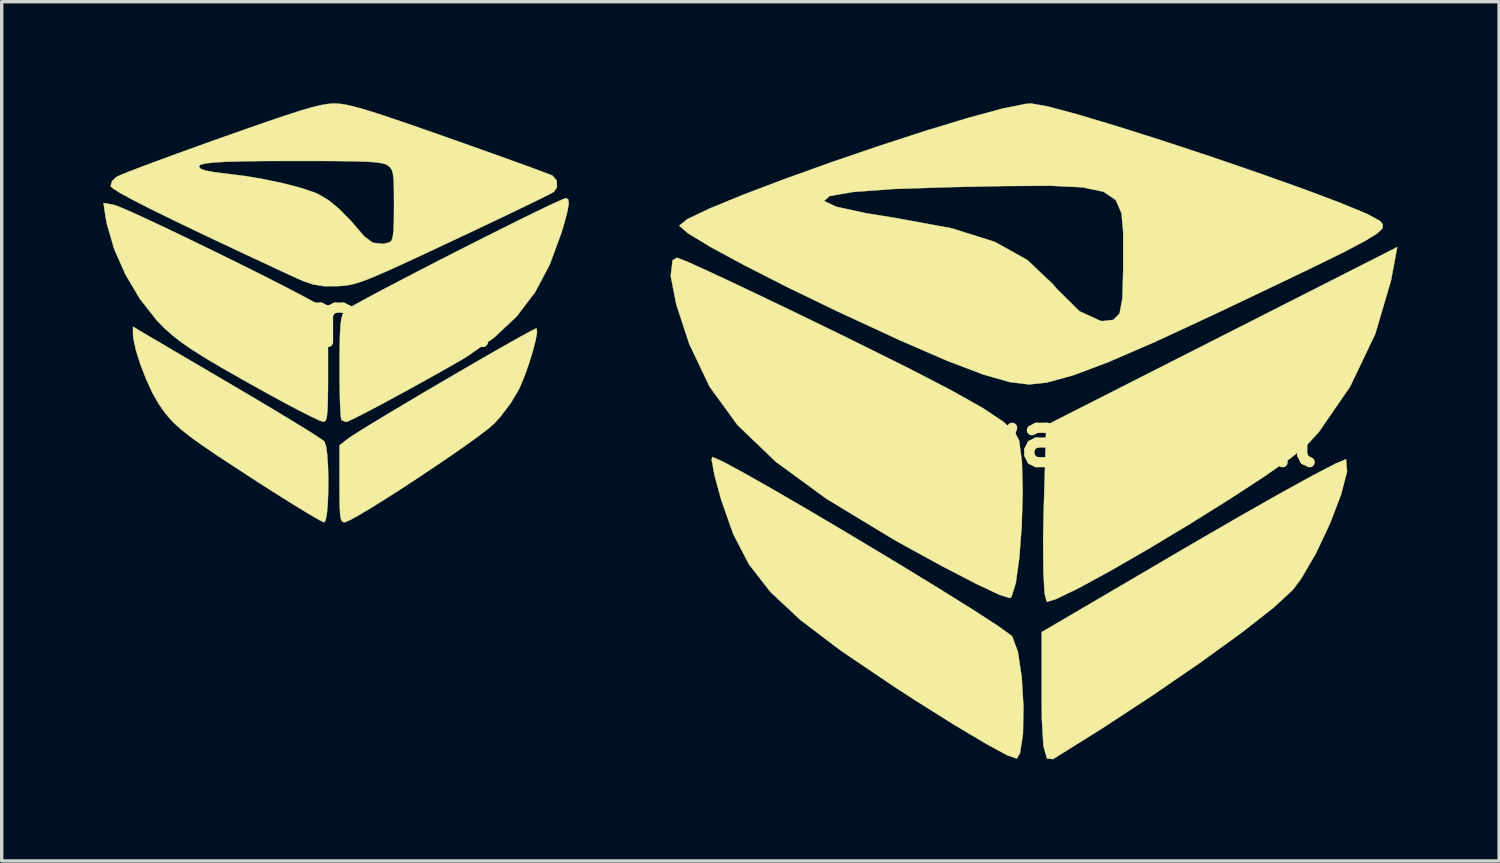
<source format=kicad_pcb>
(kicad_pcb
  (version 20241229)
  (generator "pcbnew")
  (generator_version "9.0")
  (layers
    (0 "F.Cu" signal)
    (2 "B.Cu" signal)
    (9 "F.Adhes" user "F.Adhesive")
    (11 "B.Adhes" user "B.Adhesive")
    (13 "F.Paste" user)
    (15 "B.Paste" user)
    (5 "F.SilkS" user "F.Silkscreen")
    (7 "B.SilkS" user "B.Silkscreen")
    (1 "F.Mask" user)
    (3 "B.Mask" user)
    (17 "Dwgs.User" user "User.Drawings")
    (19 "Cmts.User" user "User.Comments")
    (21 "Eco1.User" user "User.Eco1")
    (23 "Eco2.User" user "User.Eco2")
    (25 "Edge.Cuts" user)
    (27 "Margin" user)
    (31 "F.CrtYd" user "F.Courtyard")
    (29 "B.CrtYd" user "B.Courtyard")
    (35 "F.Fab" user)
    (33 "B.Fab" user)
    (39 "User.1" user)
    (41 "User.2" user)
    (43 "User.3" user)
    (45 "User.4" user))
  (footprint "Gamaya"
    (layer "F.Cu")
    (at 7.14 6.355)
    (property "Reference" "Gamaya" (at 0 0 0) (layer "F.SilkS") (effects (font (size 1.524 1.524) (thickness 0.3))))
    (attr through_hole)
    (fp_poly (pts (xy 5.66 0.4) (xy 5.62 0.631) (xy 5.541 0.943) (xy 5.432 1.297) (xy 5.307 1.655) (xy 5.176 1.977) (xy 5.114 2.109) (xy 4.873 2.509) (xy 4.569 2.908) (xy 4.386 3.106) (xy 4.205 3.261) (xy 3.917 3.479) (xy 3.545 3.747) (xy 3.11 4.05) (xy 2.634 4.374) (xy 2.14 4.704) (xy 1.648 5.026) (xy 1.18 5.325) (xy 0.759 5.587) (xy 0.407 5.798) (xy 0.144 5.943) (xy -0.006 6.008) (xy -0.021 6.011) (xy -0.081 5.996) (xy -0.122 5.935) (xy -0.149 5.802) (xy -0.163 5.569) (xy -0.168 5.212) (xy -0.169 4.875) (xy -0.169 3.738) (xy 0.064 3.555) (xy 0.206 3.457) (xy 0.464 3.293) (xy 0.82 3.074) (xy 1.254 2.812) (xy 1.747 2.518) (xy 2.278 2.203) (xy 2.83 1.879) (xy 3.382 1.556) (xy 3.915 1.247) (xy 4.411 0.962) (xy 4.848 0.713) (xy 5.209 0.511) (xy 5.474 0.367) (xy 5.623 0.294) (xy 5.649 0.287) (xy 5.66 0.4)) (stroke (width 0.01) (type solid)) (fill yes) (layer "F.SilkS"))
    (fp_poly (pts (xy -5.948 0.426) (xy -5.799 0.513) (xy -5.524 0.675) (xy -5.143 0.899) (xy -4.676 1.174) (xy -4.142 1.487) (xy -3.562 1.828) (xy -3.175 2.055) (xy -2.586 2.403) (xy -2.042 2.728) (xy -1.56 3.02) (xy -1.158 3.267) (xy -0.854 3.459) (xy -0.666 3.585) (xy -0.614 3.627) (xy -0.567 3.764) (xy -0.532 4.018) (xy -0.51 4.353) (xy -0.5 4.733) (xy -0.503 5.119) (xy -0.517 5.477) (xy -0.544 5.769) (xy -0.583 5.958) (xy -0.623 6.011) (xy -0.722 5.967) (xy -0.943 5.842) (xy -1.266 5.649) (xy -1.67 5.4) (xy -2.135 5.107) (xy -2.591 4.815) (xy -3.256 4.383) (xy -3.796 4.028) (xy -4.226 3.735) (xy -4.566 3.491) (xy -4.831 3.282) (xy -5.04 3.095) (xy -5.209 2.915) (xy -5.357 2.73) (xy -5.5 2.525) (xy -5.502 2.522) (xy -5.691 2.192) (xy -5.879 1.784) (xy -6.048 1.347) (xy -6.179 0.932) (xy -6.254 0.587) (xy -6.265 0.453) (xy -6.265 0.237) (xy -5.948 0.426)) (stroke (width 0.01) (type solid)) (fill yes) (layer "F.SilkS"))
    (fp_poly (pts (xy 6.582 -3.519) (xy 6.596 -3.396) (xy 6.557 -3.167) (xy 6.463 -2.81) (xy 6.384 -2.544) (xy 6.035 -1.593) (xy 5.599 -0.773) (xy 5.056 -0.062) (xy 4.389 0.564) (xy 3.58 1.126) (xy 3.387 1.241) (xy 2.904 1.517) (xy 2.395 1.802) (xy 1.884 2.084) (xy 1.393 2.352) (xy 0.944 2.593) (xy 0.56 2.794) (xy 0.264 2.944) (xy 0.078 3.031) (xy 0.028 3.048) (xy -0.106 2.998) (xy -0.113 2.992) (xy -0.131 2.892) (xy -0.147 2.652) (xy -0.159 2.3) (xy -0.166 1.863) (xy -0.167 1.446) (xy -0.165 0.896) (xy -0.157 0.489) (xy -0.141 0.201) (xy -0.115 0.004) (xy -0.078 -0.127) (xy -0.025 -0.218) (xy -0.019 -0.225) (xy 0.079 -0.293) (xy 0.309 -0.426) (xy 0.652 -0.614) (xy 1.088 -0.847) (xy 1.598 -1.114) (xy 2.162 -1.407) (xy 2.761 -1.716) (xy 3.376 -2.029) (xy 3.986 -2.338) (xy 4.574 -2.633) (xy 5.118 -2.904) (xy 5.6 -3.14) (xy 6.001 -3.333) (xy 6.301 -3.471) (xy 6.48 -3.546) (xy 6.519 -3.556) (xy 6.582 -3.519)) (stroke (width 0.01) (type solid)) (fill yes) (layer "F.SilkS"))
    (fp_poly (pts (xy -6.848 -3.364) (xy -6.703 -3.315) (xy -6.43 -3.199) (xy -6.048 -3.028) (xy -5.58 -2.81) (xy -5.046 -2.557) (xy -4.466 -2.278) (xy -3.863 -1.984) (xy -3.256 -1.686) (xy -2.666 -1.393) (xy -2.115 -1.115) (xy -1.624 -0.863) (xy -1.212 -0.647) (xy -0.902 -0.478) (xy -0.714 -0.365) (xy -0.672 -0.333) (xy -0.614 -0.264) (xy -0.572 -0.17) (xy -0.543 -0.028) (xy -0.524 0.188) (xy -0.513 0.502) (xy -0.509 0.939) (xy -0.508 1.439) (xy -0.509 2) (xy -0.514 2.413) (xy -0.524 2.701) (xy -0.542 2.886) (xy -0.569 2.99) (xy -0.609 3.034) (xy -0.656 3.041) (xy -0.773 3) (xy -1.012 2.887) (xy -1.349 2.717) (xy -1.76 2.501) (xy -2.219 2.252) (xy -2.315 2.199) (xy -3.044 1.792) (xy -3.642 1.452) (xy -4.127 1.164) (xy -4.519 0.917) (xy -4.837 0.698) (xy -5.099 0.494) (xy -5.324 0.294) (xy -5.531 0.084) (xy -5.574 0.037) (xy -6.061 -0.583) (xy -6.483 -1.294) (xy -6.816 -2.044) (xy -7.033 -2.783) (xy -7.076 -3.015) (xy -7.135 -3.413) (xy -6.848 -3.364)) (stroke (width 0.01) (type solid)) (fill yes) (layer "F.SilkS"))
    (fp_poly (pts (xy -0.165 -6.342) (xy 0.02 -6.314) (xy 0.254 -6.261) (xy 0.552 -6.178) (xy 0.934 -6.06) (xy 1.415 -5.9) (xy 2.014 -5.695) (xy 2.747 -5.439) (xy 3.068 -5.326) (xy 3.739 -5.088) (xy 4.362 -4.866) (xy 4.921 -4.665) (xy 5.394 -4.494) (xy 5.765 -4.358) (xy 6.012 -4.265) (xy 6.117 -4.222) (xy 6.243 -4.074) (xy 6.249 -3.88) (xy 6.16 -3.744) (xy 6.061 -3.689) (xy 5.827 -3.571) (xy 5.474 -3.399) (xy 5.022 -3.18) (xy 4.487 -2.925) (xy 3.888 -2.64) (xy 3.241 -2.335) (xy 3.217 -2.324) (xy 2.478 -1.977) (xy 1.874 -1.696) (xy 1.388 -1.473) (xy 1.001 -1.302) (xy 0.696 -1.175) (xy 0.455 -1.085) (xy 0.261 -1.026) (xy 0.095 -0.99) (xy -0.06 -0.97) (xy -0.212 -0.96) (xy -0.623 -0.958) (xy -0.951 -1.01) (xy -1.228 -1.105) (xy -1.405 -1.182) (xy -1.714 -1.323) (xy -2.133 -1.517) (xy -2.64 -1.754) (xy -3.214 -2.023) (xy -3.835 -2.316) (xy -4.275 -2.524) (xy -5.091 -2.916) (xy -5.76 -3.244) (xy -6.279 -3.51) (xy -6.648 -3.711) (xy -6.863 -3.848) (xy -6.926 -3.911) (xy -6.882 -4.058) (xy -6.757 -4.181) (xy -6.634 -4.239) (xy -6.37 -4.345) (xy -5.986 -4.492) (xy -5.984 -4.493) (xy -4.319 -4.493) (xy -4.273 -4.432) (xy -4.244 -4.413) (xy -4.106 -4.368) (xy -3.853 -4.321) (xy -3.538 -4.282) (xy -3.525 -4.281) (xy -2.964 -4.211) (xy -2.378 -4.111) (xy -1.81 -3.99) (xy -1.306 -3.858) (xy -0.91 -3.725) (xy -0.8 -3.677) (xy -0.501 -3.502) (xy -0.186 -3.244) (xy 0.17 -2.882) (xy 0.565 -2.424) (xy 0.817 -2.239) (xy 1.128 -2.206) (xy 1.305 -2.253) (xy 1.363 -2.3) (xy 1.401 -2.407) (xy 1.425 -2.602) (xy 1.436 -2.913) (xy 1.439 -3.349) (xy 1.437 -3.787) (xy 1.429 -4.088) (xy 1.407 -4.283) (xy 1.369 -4.403) (xy 1.309 -4.48) (xy 1.251 -4.525) (xy 1.176 -4.563) (xy 1.059 -4.593) (xy 0.882 -4.616) (xy 0.627 -4.633) (xy 0.276 -4.644) (xy -0.191 -4.651) (xy -0.791 -4.655) (xy -1.522 -4.655) (xy -2.337 -4.653) (xy -2.994 -4.645) (xy -3.505 -4.631) (xy -3.882 -4.61) (xy -4.135 -4.58) (xy -4.277 -4.542) (xy -4.319 -4.493) (xy -5.984 -4.493) (xy -5.5 -4.673) (xy -4.932 -4.882) (xy -4.302 -5.11) (xy -3.685 -5.33) (xy -2.899 -5.607) (xy -2.255 -5.831) (xy -1.734 -6.007) (xy -1.32 -6.14) (xy -0.994 -6.235) (xy -0.74 -6.298) (xy -0.539 -6.334) (xy -0.375 -6.349) (xy -0.32 -6.35) (xy -0.165 -6.342)) (stroke (width 0.01) (type solid)) (fill yes) (layer "F.SilkS")))
  (footprint "Gamaya_small"
    (layer "F.Cu")
    (at 27.695 9.902)
    (property "Reference" "Gamaya_small" (at 0 0 0) (layer "F.SilkS") (effects (font (size 1.524 1.524) (thickness 0.3))))
    (attr through_hole)
    (fp_poly (pts (xy 10.309 -4.667) (xy 9.848 -3.101) (xy 9.102 -1.539) (xy 8.185 -0.206) (xy 7.836 0.174) (xy 7.345 0.572) (xy 6.531 1.138) (xy 5.495 1.813) (xy 4.333 2.537) (xy 3.146 3.251) (xy 2.032 3.894) (xy 1.09 4.407) (xy 0.42 4.731) (xy 0.152 4.813) (xy 0.086 4.565) (xy 0.049 3.897) (xy 0.043 2.924) (xy 0.057 2.206) (xy 0.134 -0.401) (xy 5.315 -3.031) (xy 10.495 -5.66) (xy 10.309 -4.667)) (stroke (width 0.01) (type solid)) (fill yes) (layer "F.SilkS"))
    (fp_poly (pts (xy 8.984 0.606) (xy 9.013 0.967) (xy 8.836 1.645) (xy 8.512 2.494) (xy 8.1 3.37) (xy 7.661 4.125) (xy 7.408 4.46) (xy 6.855 4.973) (xy 5.931 5.698) (xy 4.724 6.574) (xy 3.322 7.538) (xy 1.814 8.528) (xy 0.334 9.453) (xy 0.157 9.435) (xy 0.051 9.064) (xy 0.005 8.27) (xy 0 7.68) (xy 0 5.704) (xy 4.439 3.102) (xy 5.82 2.302) (xy 7.036 1.612) (xy 8.016 1.073) (xy 8.688 0.724) (xy 8.979 0.604) (xy 8.984 0.606)) (stroke (width 0.01) (type solid)) (fill yes) (layer "F.SilkS"))
    (fp_poly (pts (xy -9.419 0.667) (xy -8.749 1.029) (xy -7.803 1.567) (xy -6.669 2.228) (xy -5.437 2.959) (xy -4.195 3.706) (xy -3.031 4.418) (xy -2.035 5.039) (xy -1.296 5.518) (xy -0.902 5.801) (xy -0.869 5.834) (xy -0.703 6.282) (xy -0.59 7.03) (xy -0.538 7.898) (xy -0.552 8.708) (xy -0.64 9.281) (xy -0.735 9.438) (xy -1.017 9.339) (xy -1.661 8.989) (xy -2.584 8.439) (xy -3.706 7.735) (xy -4.331 7.33) (xy -5.93 6.25) (xy -7.131 5.338) (xy -8.011 4.515) (xy -8.644 3.697) (xy -9.106 2.805) (xy -9.459 1.801) (xy -9.656 1.077) (xy -9.74 0.619) (xy -9.723 0.535) (xy -9.419 0.667)) (stroke (width 0.01) (type solid)) (fill yes) (layer "F.SilkS"))
    (fp_poly (pts (xy -10.471 -5.233) (xy -9.776 -4.918) (xy -8.752 -4.437) (xy -7.474 -3.826) (xy -6.018 -3.119) (xy -5.692 -2.959) (xy -3.963 -2.102) (xy -2.665 -1.43) (xy -1.743 -0.911) (xy -1.139 -0.511) (xy -0.797 -0.195) (xy -0.665 0.05) (xy -0.583 0.683) (xy -0.561 1.568) (xy -0.589 2.557) (xy -0.659 3.502) (xy -0.764 4.255) (xy -0.893 4.666) (xy -0.936 4.701) (xy -1.254 4.6) (xy -1.942 4.275) (xy -2.907 3.775) (xy -4.057 3.146) (xy -4.408 2.948) (xy -6.349 1.772) (xy -7.848 0.677) (xy -8.976 -0.405) (xy -9.803 -1.541) (xy -10.401 -2.799) (xy -10.411 -2.825) (xy -10.785 -3.968) (xy -10.949 -4.807) (xy -10.893 -5.273) (xy -10.762 -5.346) (xy -10.471 -5.233)) (stroke (width 0.01) (type solid)) (fill yes) (layer "F.SilkS"))
    (fp_poly (pts (xy 0.176 -9.811) (xy 1.05 -9.578) (xy 2.21 -9.23) (xy 3.558 -8.803) (xy 4.993 -8.329) (xy 6.414 -7.841) (xy 7.724 -7.375) (xy 8.822 -6.962) (xy 9.608 -6.637) (xy 9.982 -6.433) (xy 9.983 -6.432) (xy 10.068 -6.328) (xy 10.061 -6.216) (xy 9.905 -6.064) (xy 9.544 -5.841) (xy 8.921 -5.513) (xy 7.979 -5.05) (xy 6.662 -4.419) (xy 5.112 -3.682) (xy 3.333 -2.856) (xy 1.958 -2.261) (xy 0.918 -1.871) (xy 0.147 -1.661) (xy -0.369 -1.605) (xy -0.943 -1.675) (xy -1.73 -1.9) (xy -2.792 -2.304) (xy -4.195 -2.913) (xy -6.002 -3.749) (xy -6.083 -3.787) (xy -7.52 -4.483) (xy -8.775 -5.122) (xy -9.772 -5.662) (xy -10.436 -6.064) (xy -10.694 -6.287) (xy -10.695 -6.293) (xy -10.454 -6.486) (xy -9.794 -6.801) (xy -9.256 -7.021) (xy -6.422 -7.021) (xy -6.065 -6.851) (xy -5.181 -6.658) (xy -4.354 -6.526) (xy -2.659 -6.215) (xy -1.386 -5.815) (xy -0.423 -5.278) (xy 0.341 -4.554) (xy 0.434 -4.439) (xy 1.117 -3.765) (xy 1.738 -3.48) (xy 1.805 -3.476) (xy 2.12 -3.513) (xy 2.3 -3.701) (xy 2.383 -4.157) (xy 2.406 -4.997) (xy 2.406 -5.342) (xy 2.405 -6.102) (xy 2.355 -6.661) (xy 2.186 -7.049) (xy 1.826 -7.293) (xy 1.205 -7.424) (xy 0.252 -7.47) (xy -1.103 -7.461) (xy -2.674 -7.429) (xy -4.378 -7.374) (xy -5.573 -7.285) (xy -6.256 -7.167) (xy -6.422 -7.021) (xy -9.256 -7.021) (xy -8.806 -7.206) (xy -7.583 -7.67) (xy -6.218 -8.16) (xy -4.801 -8.644) (xy -3.427 -9.091) (xy -2.186 -9.468) (xy -1.171 -9.744) (xy -0.475 -9.885) (xy -0.312 -9.897) (xy 0.176 -9.811)) (stroke (width 0.01) (type solid)) (fill yes) (layer "F.SilkS")))
  (gr_rect
    (start -3 -3)
    (end 41.195 22.361)
    (stroke (width 0.1) (type default))
    (fill no)
    (layer "Edge.Cuts")))
</source>
